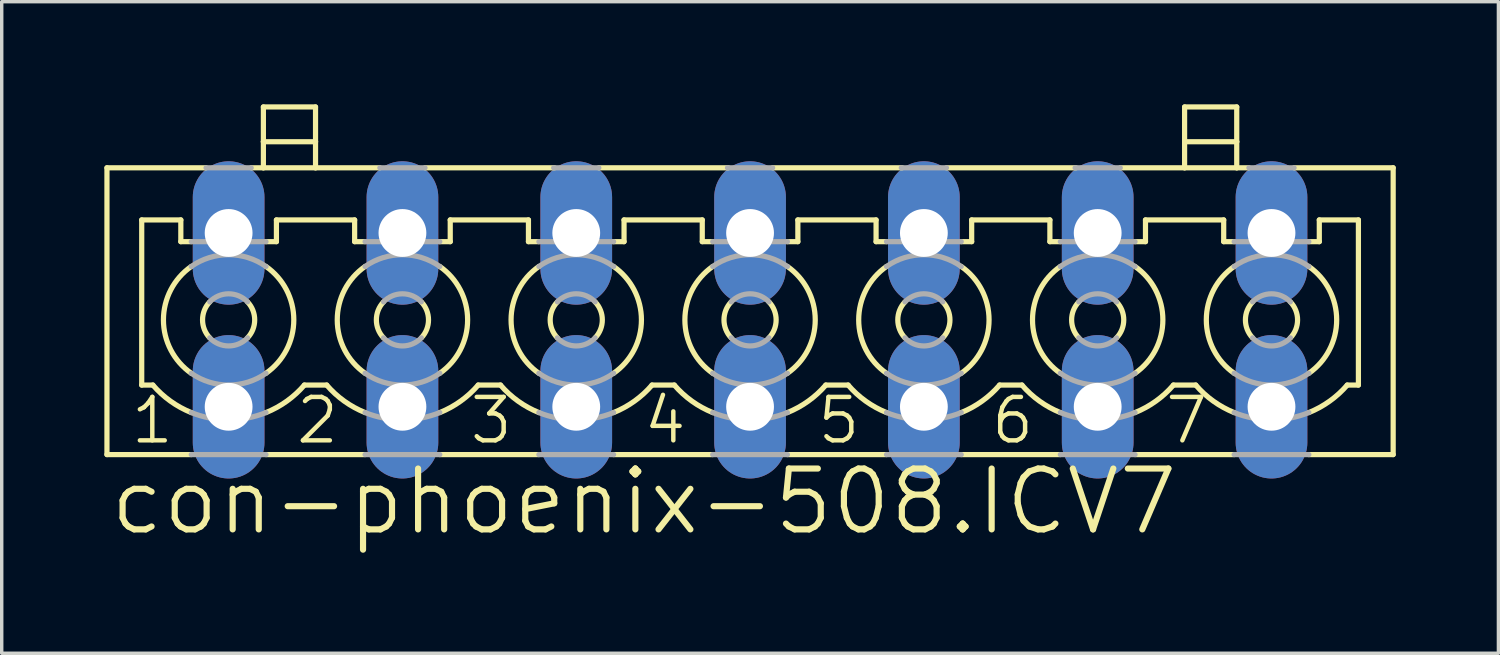
<source format=kicad_pcb>
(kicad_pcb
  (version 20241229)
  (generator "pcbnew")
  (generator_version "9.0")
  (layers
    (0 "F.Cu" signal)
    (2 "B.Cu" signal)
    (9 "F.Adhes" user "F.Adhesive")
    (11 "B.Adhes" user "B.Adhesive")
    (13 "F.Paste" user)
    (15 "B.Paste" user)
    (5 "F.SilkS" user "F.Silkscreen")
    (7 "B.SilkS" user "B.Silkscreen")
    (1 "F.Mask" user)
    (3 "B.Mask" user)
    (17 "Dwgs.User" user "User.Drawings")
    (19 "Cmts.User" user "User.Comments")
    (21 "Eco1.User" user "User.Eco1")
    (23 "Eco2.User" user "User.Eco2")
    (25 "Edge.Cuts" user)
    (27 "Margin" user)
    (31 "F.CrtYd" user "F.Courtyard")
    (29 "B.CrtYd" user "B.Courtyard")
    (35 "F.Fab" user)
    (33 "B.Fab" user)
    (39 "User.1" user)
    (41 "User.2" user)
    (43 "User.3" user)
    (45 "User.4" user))
  (footprint "con-phoenix-508.ICV7"
    (layer "F.Cu")
    (at 18.872 6.299)
    (property "Reference" "con-phoenix-508.ICV7" (at -18.796 6.35 0) (layer "F.SilkS") (effects (font (size 1.778 1.778) (thickness 0.18)) (justify left bottom)))
    (attr through_hole)
    (fp_line (start -18.796 -4.445) (end -18.796 3.937) (stroke (width 0.152) (type default)) (layer "F.SilkS"))
    (fp_line (start -18.796 -4.445) (end -15.9 -4.445) (stroke (width 0.152) (type default)) (layer "F.SilkS"))
    (fp_line (start -18.796 3.937) (end -16.332 3.937) (stroke (width 0.152) (type default)) (layer "F.SilkS"))
    (fp_line (start -17.78 -2.921) (end -17.78 1.905) (stroke (width 0.152) (type default)) (layer "F.SilkS"))
    (fp_line (start -17.78 -2.921) (end -16.637 -2.921) (stroke (width 0.152) (type default)) (layer "F.SilkS"))
    (fp_line (start -17.78 1.905) (end -17.454 1.905) (stroke (width 0.152) (type default)) (layer "F.SilkS"))
    (fp_line (start -16.637 -2.286) (end -16.637 -2.921) (stroke (width 0.152) (type default)) (layer "F.SilkS"))
    (fp_line (start -16.637 -2.286) (end -16.332 -2.286) (stroke (width 0.152) (type default)) (layer "F.SilkS"))
    (fp_line (start -14.58 -4.445) (end -14.224 -4.445) (stroke (width 0.152) (type default)) (layer "F.SilkS"))
    (fp_line (start -14.224 -5.207) (end -14.224 -6.223) (stroke (width 0.152) (type default)) (layer "F.SilkS"))
    (fp_line (start -14.224 -5.207) (end -12.7 -5.207) (stroke (width 0.152) (type default)) (layer "F.SilkS"))
    (fp_line (start -14.224 -4.445) (end -14.224 -5.207) (stroke (width 0.152) (type default)) (layer "F.SilkS"))
    (fp_line (start -14.224 -4.445) (end -12.7 -4.445) (stroke (width 0.152) (type default)) (layer "F.SilkS"))
    (fp_line (start -14.148 -2.286) (end -13.843 -2.286) (stroke (width 0.152) (type default)) (layer "F.SilkS"))
    (fp_line (start -14.148 3.937) (end -11.252 3.937) (stroke (width 0.152) (type default)) (layer "F.SilkS"))
    (fp_line (start -13.843 -2.921) (end -11.557 -2.921) (stroke (width 0.152) (type default)) (layer "F.SilkS"))
    (fp_line (start -13.843 -2.286) (end -13.843 -2.921) (stroke (width 0.152) (type default)) (layer "F.SilkS"))
    (fp_line (start -13.026 1.905) (end -12.374 1.905) (stroke (width 0.152) (type default)) (layer "F.SilkS"))
    (fp_line (start -12.7 -6.223) (end -14.224 -6.223) (stroke (width 0.152) (type default)) (layer "F.SilkS"))
    (fp_line (start -12.7 -5.207) (end -12.7 -6.223) (stroke (width 0.152) (type default)) (layer "F.SilkS"))
    (fp_line (start -12.7 -4.445) (end -12.7 -5.207) (stroke (width 0.152) (type default)) (layer "F.SilkS"))
    (fp_line (start -12.7 -4.445) (end -10.82 -4.445) (stroke (width 0.152) (type default)) (layer "F.SilkS"))
    (fp_line (start -11.557 -2.286) (end -11.557 -2.921) (stroke (width 0.152) (type default)) (layer "F.SilkS"))
    (fp_line (start -11.557 -2.286) (end -11.252 -2.286) (stroke (width 0.152) (type default)) (layer "F.SilkS"))
    (fp_line (start -9.5 -4.445) (end -5.715 -4.445) (stroke (width 0.152) (type default)) (layer "F.SilkS"))
    (fp_line (start -9.068 -2.286) (end -8.763 -2.286) (stroke (width 0.152) (type default)) (layer "F.SilkS"))
    (fp_line (start -9.068 3.937) (end -6.172 3.937) (stroke (width 0.152) (type default)) (layer "F.SilkS"))
    (fp_line (start -8.763 -2.921) (end -6.477 -2.921) (stroke (width 0.152) (type default)) (layer "F.SilkS"))
    (fp_line (start -8.763 -2.286) (end -8.763 -2.921) (stroke (width 0.152) (type default)) (layer "F.SilkS"))
    (fp_line (start -7.946 1.905) (end -7.294 1.905) (stroke (width 0.152) (type default)) (layer "F.SilkS"))
    (fp_line (start -6.477 -2.286) (end -6.477 -2.921) (stroke (width 0.152) (type default)) (layer "F.SilkS"))
    (fp_line (start -6.477 -2.286) (end -6.172 -2.286) (stroke (width 0.152) (type default)) (layer "F.SilkS"))
    (fp_line (start -4.42 -4.445) (end -0.635 -4.445) (stroke (width 0.152) (type default)) (layer "F.SilkS"))
    (fp_line (start -3.988 -2.286) (end -3.683 -2.286) (stroke (width 0.152) (type default)) (layer "F.SilkS"))
    (fp_line (start -3.988 3.937) (end -1.092 3.937) (stroke (width 0.152) (type default)) (layer "F.SilkS"))
    (fp_line (start -3.683 -2.921) (end -1.397 -2.921) (stroke (width 0.152) (type default)) (layer "F.SilkS"))
    (fp_line (start -3.683 -2.286) (end -3.683 -2.921) (stroke (width 0.152) (type default)) (layer "F.SilkS"))
    (fp_line (start -2.866 1.905) (end -2.214 1.905) (stroke (width 0.152) (type default)) (layer "F.SilkS"))
    (fp_line (start -1.397 -2.286) (end -1.397 -2.921) (stroke (width 0.152) (type default)) (layer "F.SilkS"))
    (fp_line (start -1.397 -2.286) (end -1.092 -2.286) (stroke (width 0.152) (type default)) (layer "F.SilkS"))
    (fp_line (start 0.66 -4.445) (end 4.445 -4.445) (stroke (width 0.152) (type default)) (layer "F.SilkS"))
    (fp_line (start 1.092 -2.286) (end 1.397 -2.286) (stroke (width 0.152) (type default)) (layer "F.SilkS"))
    (fp_line (start 1.092 3.937) (end 3.988 3.937) (stroke (width 0.152) (type default)) (layer "F.SilkS"))
    (fp_line (start 1.397 -2.921) (end 3.683 -2.921) (stroke (width 0.152) (type default)) (layer "F.SilkS"))
    (fp_line (start 1.397 -2.286) (end 1.397 -2.921) (stroke (width 0.152) (type default)) (layer "F.SilkS"))
    (fp_line (start 2.214 1.905) (end 2.866 1.905) (stroke (width 0.152) (type default)) (layer "F.SilkS"))
    (fp_line (start 3.683 -2.286) (end 3.683 -2.921) (stroke (width 0.152) (type default)) (layer "F.SilkS"))
    (fp_line (start 3.683 -2.286) (end 3.988 -2.286) (stroke (width 0.152) (type default)) (layer "F.SilkS"))
    (fp_line (start 5.74 -4.445) (end 9.525 -4.445) (stroke (width 0.152) (type default)) (layer "F.SilkS"))
    (fp_line (start 6.172 -2.286) (end 6.477 -2.286) (stroke (width 0.152) (type default)) (layer "F.SilkS"))
    (fp_line (start 6.172 3.937) (end 9.068 3.937) (stroke (width 0.152) (type default)) (layer "F.SilkS"))
    (fp_line (start 6.477 -2.921) (end 8.763 -2.921) (stroke (width 0.152) (type default)) (layer "F.SilkS"))
    (fp_line (start 6.477 -2.286) (end 6.477 -2.921) (stroke (width 0.152) (type default)) (layer "F.SilkS"))
    (fp_line (start 7.294 1.905) (end 7.946 1.905) (stroke (width 0.152) (type default)) (layer "F.SilkS"))
    (fp_line (start 8.763 -2.286) (end 8.763 -2.921) (stroke (width 0.152) (type default)) (layer "F.SilkS"))
    (fp_line (start 8.763 -2.286) (end 9.068 -2.286) (stroke (width 0.152) (type default)) (layer "F.SilkS"))
    (fp_line (start 10.82 -4.445) (end 12.7 -4.445) (stroke (width 0.152) (type default)) (layer "F.SilkS"))
    (fp_line (start 11.252 -2.286) (end 11.557 -2.286) (stroke (width 0.152) (type default)) (layer "F.SilkS"))
    (fp_line (start 11.252 3.937) (end 14.148 3.937) (stroke (width 0.152) (type default)) (layer "F.SilkS"))
    (fp_line (start 11.557 -2.921) (end 13.843 -2.921) (stroke (width 0.152) (type default)) (layer "F.SilkS"))
    (fp_line (start 11.557 -2.286) (end 11.557 -2.921) (stroke (width 0.152) (type default)) (layer "F.SilkS"))
    (fp_line (start 12.374 1.905) (end 13.026 1.905) (stroke (width 0.152) (type default)) (layer "F.SilkS"))
    (fp_line (start 12.7 -5.207) (end 12.7 -6.223) (stroke (width 0.152) (type default)) (layer "F.SilkS"))
    (fp_line (start 12.7 -5.207) (end 14.224 -5.207) (stroke (width 0.152) (type default)) (layer "F.SilkS"))
    (fp_line (start 12.7 -4.445) (end 12.7 -5.207) (stroke (width 0.152) (type default)) (layer "F.SilkS"))
    (fp_line (start 12.7 -4.445) (end 14.224 -4.445) (stroke (width 0.152) (type default)) (layer "F.SilkS"))
    (fp_line (start 13.843 -2.286) (end 13.843 -2.921) (stroke (width 0.152) (type default)) (layer "F.SilkS"))
    (fp_line (start 13.843 -2.286) (end 14.148 -2.286) (stroke (width 0.152) (type default)) (layer "F.SilkS"))
    (fp_line (start 14.224 -6.223) (end 12.7 -6.223) (stroke (width 0.152) (type default)) (layer "F.SilkS"))
    (fp_line (start 14.224 -5.207) (end 14.224 -6.223) (stroke (width 0.152) (type default)) (layer "F.SilkS"))
    (fp_line (start 14.224 -4.445) (end 14.224 -5.207) (stroke (width 0.152) (type default)) (layer "F.SilkS"))
    (fp_line (start 14.224 -4.445) (end 14.58 -4.445) (stroke (width 0.152) (type default)) (layer "F.SilkS"))
    (fp_line (start 15.9 -4.445) (end 18.796 -4.445) (stroke (width 0.152) (type default)) (layer "F.SilkS"))
    (fp_line (start 16.332 -2.286) (end 16.637 -2.286) (stroke (width 0.152) (type default)) (layer "F.SilkS"))
    (fp_line (start 16.332 3.937) (end 18.796 3.937) (stroke (width 0.152) (type default)) (layer "F.SilkS"))
    (fp_line (start 16.637 -2.921) (end 17.78 -2.921) (stroke (width 0.152) (type default)) (layer "F.SilkS"))
    (fp_line (start 16.637 -2.286) (end 16.637 -2.921) (stroke (width 0.152) (type default)) (layer "F.SilkS"))
    (fp_line (start 17.454 1.905) (end 17.78 1.905) (stroke (width 0.152) (type default)) (layer "F.SilkS"))
    (fp_line (start 17.78 1.905) (end 17.78 -2.921) (stroke (width 0.152) (type default)) (layer "F.SilkS"))
    (fp_line (start 18.796 -4.445) (end 18.796 3.937) (stroke (width 0.152) (type default)) (layer "F.SilkS"))
    (fp_arc (start -16.3322 1.5608) (mid -17.144993 0) (end -16.3322 -1.5608) (stroke (width 0.1524) (type default)) (layer "F.SilkS"))
    (fp_arc (start -16.3318 2.7092) (mid -16.941094 2.374351) (end -17.454 1.905) (stroke (width 0.1524) (type default)) (layer "F.SilkS"))
    (fp_arc (start -15.7914 0.526) (mid -16.002049 0) (end -15.7914 -0.526) (stroke (width 0.1524) (type default)) (layer "F.SilkS"))
    (fp_arc (start -14.6886 -0.526) (mid -14.477951 0) (end -14.6886 0.526) (stroke (width 0.1524) (type default)) (layer "F.SilkS"))
    (fp_arc (start -14.1478 -1.5608) (mid -13.335007 0) (end -14.1478 1.5608) (stroke (width 0.1524) (type default)) (layer "F.SilkS"))
    (fp_arc (start -13.0255 1.9051) (mid -13.538459 2.374412) (end -14.1478 2.7092) (stroke (width 0.1524) (type default)) (layer "F.SilkS"))
    (fp_arc (start -11.2522 1.5608) (mid -12.064993 0) (end -11.2522 -1.5608) (stroke (width 0.1524) (type default)) (layer "F.SilkS"))
    (fp_arc (start -11.2518 2.7092) (mid -11.861094 2.374351) (end -12.374 1.905) (stroke (width 0.1524) (type default)) (layer "F.SilkS"))
    (fp_arc (start -10.7114 0.526) (mid -10.922049 0) (end -10.7114 -0.526) (stroke (width 0.1524) (type default)) (layer "F.SilkS"))
    (fp_arc (start -9.6086 -0.526) (mid -9.397951 0) (end -9.6086 0.526) (stroke (width 0.1524) (type default)) (layer "F.SilkS"))
    (fp_arc (start -9.0678 -1.5608) (mid -8.255007 0) (end -9.0678 1.5608) (stroke (width 0.1524) (type default)) (layer "F.SilkS"))
    (fp_arc (start -7.9455 1.9051) (mid -8.458459 2.374412) (end -9.0678 2.7092) (stroke (width 0.1524) (type default)) (layer "F.SilkS"))
    (fp_arc (start -6.1722 1.5608) (mid -6.984993 0) (end -6.1722 -1.5608) (stroke (width 0.1524) (type default)) (layer "F.SilkS"))
    (fp_arc (start -6.1718 2.7092) (mid -6.781094 2.374351) (end -7.294 1.905) (stroke (width 0.1524) (type default)) (layer "F.SilkS"))
    (fp_arc (start -5.6314 0.526) (mid -5.842049 0) (end -5.6314 -0.526) (stroke (width 0.1524) (type default)) (layer "F.SilkS"))
    (fp_arc (start -4.5286 -0.526) (mid -4.317951 0) (end -4.5286 0.526) (stroke (width 0.1524) (type default)) (layer "F.SilkS"))
    (fp_arc (start -3.9878 -1.5608) (mid -3.175007 0) (end -3.9878 1.5608) (stroke (width 0.1524) (type default)) (layer "F.SilkS"))
    (fp_arc (start -2.8655 1.9051) (mid -3.378459 2.374412) (end -3.9878 2.7092) (stroke (width 0.1524) (type default)) (layer "F.SilkS"))
    (fp_arc (start -1.0922 1.5608) (mid -1.904993 0) (end -1.0922 -1.5608) (stroke (width 0.1524) (type default)) (layer "F.SilkS"))
    (fp_arc (start -1.0918 2.7092) (mid -1.701094 2.374351) (end -2.214 1.905) (stroke (width 0.1524) (type default)) (layer "F.SilkS"))
    (fp_arc (start -0.5514 0.526) (mid -0.762049 0) (end -0.5514 -0.526) (stroke (width 0.1524) (type default)) (layer "F.SilkS"))
    (fp_arc (start 0.5514 -0.526) (mid 0.762049 0) (end 0.5514 0.526) (stroke (width 0.1524) (type default)) (layer "F.SilkS"))
    (fp_arc (start 1.0922 -1.5608) (mid 1.904993 0) (end 1.0922 1.5608) (stroke (width 0.1524) (type default)) (layer "F.SilkS"))
    (fp_arc (start 2.214 1.905) (mid 1.701094 2.374351) (end 1.0918 2.7092) (stroke (width 0.1524) (type default)) (layer "F.SilkS"))
    (fp_arc (start 3.9878 1.5608) (mid 3.175007 0) (end 3.9878 -1.5608) (stroke (width 0.1524) (type default)) (layer "F.SilkS"))
    (fp_arc (start 3.9882 2.709) (mid 3.378916 2.374254) (end 2.866 1.905) (stroke (width 0.1524) (type default)) (layer "F.SilkS"))
    (fp_arc (start 4.5286 0.526) (mid 4.317951 0) (end 4.5286 -0.526) (stroke (width 0.1524) (type default)) (layer "F.SilkS"))
    (fp_arc (start 5.6314 -0.526) (mid 5.842049 0) (end 5.6314 0.526) (stroke (width 0.1524) (type default)) (layer "F.SilkS"))
    (fp_arc (start 6.1722 -1.5608) (mid 6.984993 0) (end 6.1722 1.5608) (stroke (width 0.1524) (type default)) (layer "F.SilkS"))
    (fp_arc (start 7.294 1.905) (mid 6.781094 2.374351) (end 6.1718 2.7092) (stroke (width 0.1524) (type default)) (layer "F.SilkS"))
    (fp_arc (start 9.0678 1.5608) (mid 8.255007 0) (end 9.0678 -1.5608) (stroke (width 0.1524) (type default)) (layer "F.SilkS"))
    (fp_arc (start 9.0682 2.709) (mid 8.458916 2.374254) (end 7.946 1.905) (stroke (width 0.1524) (type default)) (layer "F.SilkS"))
    (fp_arc (start 9.6086 0.526) (mid 9.397951 0) (end 9.6086 -0.526) (stroke (width 0.1524) (type default)) (layer "F.SilkS"))
    (fp_arc (start 10.7114 -0.526) (mid 10.922049 0) (end 10.7114 0.526) (stroke (width 0.1524) (type default)) (layer "F.SilkS"))
    (fp_arc (start 11.2522 -1.5608) (mid 12.064993 0) (end 11.2522 1.5608) (stroke (width 0.1524) (type default)) (layer "F.SilkS"))
    (fp_arc (start 12.374 1.905) (mid 11.861094 2.374351) (end 11.2518 2.7092) (stroke (width 0.1524) (type default)) (layer "F.SilkS"))
    (fp_arc (start 14.1478 1.5608) (mid 13.335007 0) (end 14.1478 -1.5608) (stroke (width 0.1524) (type default)) (layer "F.SilkS"))
    (fp_arc (start 14.1482 2.709) (mid 13.538916 2.374254) (end 13.026 1.905) (stroke (width 0.1524) (type default)) (layer "F.SilkS"))
    (fp_arc (start 14.6886 0.526) (mid 14.477951 0) (end 14.6886 -0.526) (stroke (width 0.1524) (type default)) (layer "F.SilkS"))
    (fp_arc (start 15.7914 -0.526) (mid 16.002049 0) (end 15.7914 0.526) (stroke (width 0.1524) (type default)) (layer "F.SilkS"))
    (fp_arc (start 16.3322 -1.5608) (mid 17.144993 0) (end 16.3322 1.5608) (stroke (width 0.1524) (type default)) (layer "F.SilkS"))
    (fp_arc (start 17.454 1.905) (mid 16.941094 2.374351) (end 16.3318 2.7092) (stroke (width 0.1524) (type default)) (layer "F.SilkS"))
    (fp_line (start -16.332 -2.286) (end -14.148 -2.286) (stroke (width 0.152) (type default)) (layer "F.Fab"))
    (fp_line (start -16.332 3.937) (end -14.148 3.937) (stroke (width 0.152) (type default)) (layer "F.Fab"))
    (fp_line (start -15.9 -4.445) (end -14.58 -4.445) (stroke (width 0.152) (type default)) (layer "F.Fab"))
    (fp_line (start -11.252 -2.286) (end -9.068 -2.286) (stroke (width 0.152) (type default)) (layer "F.Fab"))
    (fp_line (start -11.252 3.937) (end -9.068 3.937) (stroke (width 0.152) (type default)) (layer "F.Fab"))
    (fp_line (start -10.82 -4.445) (end -9.5 -4.445) (stroke (width 0.152) (type default)) (layer "F.Fab"))
    (fp_line (start -6.172 -2.286) (end -3.988 -2.286) (stroke (width 0.152) (type default)) (layer "F.Fab"))
    (fp_line (start -6.172 3.937) (end -3.988 3.937) (stroke (width 0.152) (type default)) (layer "F.Fab"))
    (fp_line (start -5.74 -4.445) (end -4.42 -4.445) (stroke (width 0.152) (type default)) (layer "F.Fab"))
    (fp_line (start -1.092 -2.286) (end 1.092 -2.286) (stroke (width 0.152) (type default)) (layer "F.Fab"))
    (fp_line (start -1.092 3.937) (end 1.092 3.937) (stroke (width 0.152) (type default)) (layer "F.Fab"))
    (fp_line (start -0.66 -4.445) (end 0.66 -4.445) (stroke (width 0.152) (type default)) (layer "F.Fab"))
    (fp_line (start 3.988 -2.286) (end 6.172 -2.286) (stroke (width 0.152) (type default)) (layer "F.Fab"))
    (fp_line (start 3.988 3.937) (end 6.172 3.937) (stroke (width 0.152) (type default)) (layer "F.Fab"))
    (fp_line (start 4.42 -4.445) (end 5.74 -4.445) (stroke (width 0.152) (type default)) (layer "F.Fab"))
    (fp_line (start 9.068 -2.286) (end 11.252 -2.286) (stroke (width 0.152) (type default)) (layer "F.Fab"))
    (fp_line (start 9.068 3.937) (end 11.252 3.937) (stroke (width 0.152) (type default)) (layer "F.Fab"))
    (fp_line (start 9.5 -4.445) (end 10.82 -4.445) (stroke (width 0.152) (type default)) (layer "F.Fab"))
    (fp_line (start 14.148 -2.286) (end 16.332 -2.286) (stroke (width 0.152) (type default)) (layer "F.Fab"))
    (fp_line (start 14.148 3.937) (end 16.332 3.937) (stroke (width 0.152) (type default)) (layer "F.Fab"))
    (fp_line (start 14.58 -4.445) (end 15.9 -4.445) (stroke (width 0.152) (type default)) (layer "F.Fab"))
    (fp_arc (start -16.3322 -1.5608) (mid -15.24 -1.904993) (end -14.1478 -1.5608) (stroke (width 0.1524) (type default)) (layer "F.Fab"))
    (fp_arc (start -15.7914 -0.526) (mid -15.24 -0.762049) (end -14.6886 -0.526) (stroke (width 0.1524) (type default)) (layer "F.Fab"))
    (fp_arc (start -14.6886 0.526) (mid -15.24 0.762049) (end -15.7914 0.526) (stroke (width 0.1524) (type default)) (layer "F.Fab"))
    (fp_arc (start -14.1478 1.5608) (mid -15.24 1.904993) (end -16.3322 1.5608) (stroke (width 0.1524) (type default)) (layer "F.Fab"))
    (fp_arc (start -14.1478 2.7092) (mid -15.24 2.921073) (end -16.3322 2.7092) (stroke (width 0.1524) (type default)) (layer "F.Fab"))
    (fp_arc (start -11.2522 -1.5608) (mid -10.16 -1.904993) (end -9.0678 -1.5608) (stroke (width 0.1524) (type default)) (layer "F.Fab"))
    (fp_arc (start -10.7114 -0.526) (mid -10.16 -0.762049) (end -9.6086 -0.526) (stroke (width 0.1524) (type default)) (layer "F.Fab"))
    (fp_arc (start -9.6086 0.526) (mid -10.16 0.762049) (end -10.7114 0.526) (stroke (width 0.1524) (type default)) (layer "F.Fab"))
    (fp_arc (start -9.0678 1.5608) (mid -10.16 1.904993) (end -11.2522 1.5608) (stroke (width 0.1524) (type default)) (layer "F.Fab"))
    (fp_arc (start -9.0678 2.7092) (mid -10.16 2.921073) (end -11.2522 2.7092) (stroke (width 0.1524) (type default)) (layer "F.Fab"))
    (fp_arc (start -6.1722 -1.5608) (mid -5.08 -1.904993) (end -3.9878 -1.5608) (stroke (width 0.1524) (type default)) (layer "F.Fab"))
    (fp_arc (start -5.6314 -0.526) (mid -5.08 -0.762049) (end -4.5286 -0.526) (stroke (width 0.1524) (type default)) (layer "F.Fab"))
    (fp_arc (start -4.5286 0.526) (mid -5.08 0.762049) (end -5.6314 0.526) (stroke (width 0.1524) (type default)) (layer "F.Fab"))
    (fp_arc (start -3.9878 1.5608) (mid -5.08 1.904993) (end -6.1722 1.5608) (stroke (width 0.1524) (type default)) (layer "F.Fab"))
    (fp_arc (start -3.9878 2.7092) (mid -5.08 2.921073) (end -6.1722 2.7092) (stroke (width 0.1524) (type default)) (layer "F.Fab"))
    (fp_arc (start -1.0922 -1.5608) (mid 0 -1.904993) (end 1.0922 -1.5608) (stroke (width 0.1524) (type default)) (layer "F.Fab"))
    (fp_arc (start -0.5514 -0.526) (mid 0 -0.762049) (end 0.5514 -0.526) (stroke (width 0.1524) (type default)) (layer "F.Fab"))
    (fp_arc (start 0.5514 0.526) (mid 0 0.762049) (end -0.5514 0.526) (stroke (width 0.1524) (type default)) (layer "F.Fab"))
    (fp_arc (start 1.0922 1.5608) (mid 0 1.904993) (end -1.0922 1.5608) (stroke (width 0.1524) (type default)) (layer "F.Fab"))
    (fp_arc (start 1.0922 2.7092) (mid 0 2.921073) (end -1.0922 2.7092) (stroke (width 0.1524) (type default)) (layer "F.Fab"))
    (fp_arc (start 3.9878 -1.5608) (mid 5.08 -1.904993) (end 6.1722 -1.5608) (stroke (width 0.1524) (type default)) (layer "F.Fab"))
    (fp_arc (start 4.5286 -0.526) (mid 5.08 -0.762049) (end 5.6314 -0.526) (stroke (width 0.1524) (type default)) (layer "F.Fab"))
    (fp_arc (start 5.6314 0.526) (mid 5.08 0.762049) (end 4.5286 0.526) (stroke (width 0.1524) (type default)) (layer "F.Fab"))
    (fp_arc (start 6.1722 1.5608) (mid 5.08 1.904993) (end 3.9878 1.5608) (stroke (width 0.1524) (type default)) (layer "F.Fab"))
    (fp_arc (start 6.1722 2.7092) (mid 5.08 2.921073) (end 3.9878 2.7092) (stroke (width 0.1524) (type default)) (layer "F.Fab"))
    (fp_arc (start 9.0678 -1.5608) (mid 10.16 -1.904993) (end 11.2522 -1.5608) (stroke (width 0.1524) (type default)) (layer "F.Fab"))
    (fp_arc (start 9.6086 -0.526) (mid 10.16 -0.762049) (end 10.7114 -0.526) (stroke (width 0.1524) (type default)) (layer "F.Fab"))
    (fp_arc (start 10.7114 0.526) (mid 10.16 0.762049) (end 9.6086 0.526) (stroke (width 0.1524) (type default)) (layer "F.Fab"))
    (fp_arc (start 11.2522 1.5608) (mid 10.16 1.904993) (end 9.0678 1.5608) (stroke (width 0.1524) (type default)) (layer "F.Fab"))
    (fp_arc (start 11.2522 2.7092) (mid 10.16 2.921073) (end 9.0678 2.7092) (stroke (width 0.1524) (type default)) (layer "F.Fab"))
    (fp_arc (start 14.1478 -1.5608) (mid 15.24 -1.904993) (end 16.3322 -1.5608) (stroke (width 0.1524) (type default)) (layer "F.Fab"))
    (fp_arc (start 14.6886 -0.526) (mid 15.24 -0.762049) (end 15.7914 -0.526) (stroke (width 0.1524) (type default)) (layer "F.Fab"))
    (fp_arc (start 15.7914 0.526) (mid 15.24 0.762049) (end 14.6886 0.526) (stroke (width 0.1524) (type default)) (layer "F.Fab"))
    (fp_arc (start 16.3322 1.5608) (mid 15.24 1.904993) (end 14.1478 1.5608) (stroke (width 0.1524) (type default)) (layer "F.Fab"))
    (fp_arc (start 16.3322 2.7092) (mid 15.24 2.921073) (end 14.1478 2.7092) (stroke (width 0.1524) (type default)) (layer "F.Fab"))
    (fp_text user "3" (at -8.255 3.683 0) (layer "F.SilkS") (effects (font (size 1.27 1.27) (thickness 0.13)) (justify left bottom)))
    (fp_text user "5" (at 1.905 3.683 0) (layer "F.SilkS") (effects (font (size 1.27 1.27) (thickness 0.13)) (justify left bottom)))
    (fp_text user "4" (at -3.175 3.683 0) (layer "F.SilkS") (effects (font (size 1.27 1.27) (thickness 0.13)) (justify left bottom)))
    (fp_text user "6" (at 6.985 3.683 0) (layer "F.SilkS") (effects (font (size 1.27 1.27) (thickness 0.13)) (justify left bottom)))
    (fp_text user "7" (at 12.065 3.683 0) (layer "F.SilkS") (effects (font (size 1.27 1.27) (thickness 0.13)) (justify left bottom)))
    (fp_text user "1" (at -18.161 3.683 0) (layer "F.SilkS") (effects (font (size 1.27 1.27) (thickness 0.13)) (justify left bottom)))
    (fp_text user "2" (at -13.335 3.683 0) (layer "F.SilkS") (effects (font (size 1.27 1.27) (thickness 0.13)) (justify left bottom)))
    (pad "1" thru_hole oval (at -15.24 -2.54 90) (size 4.191 2.095) (drill 1.397) (layers "*.Cu" "*.Mask"))
    (pad "1A" thru_hole oval (at -15.24 2.54 90) (size 4.191 2.095) (drill 1.397) (layers "*.Cu" "*.Mask"))
    (pad "2" thru_hole oval (at -10.16 -2.54 90) (size 4.191 2.095) (drill 1.397) (layers "*.Cu" "*.Mask"))
    (pad "2A" thru_hole oval (at -10.16 2.54 90) (size 4.191 2.095) (drill 1.397) (layers "*.Cu" "*.Mask"))
    (pad "3" thru_hole oval (at -5.08 -2.54 90) (size 4.191 2.095) (drill 1.397) (layers "*.Cu" "*.Mask"))
    (pad "3A" thru_hole oval (at -5.08 2.54 90) (size 4.191 2.095) (drill 1.397) (layers "*.Cu" "*.Mask"))
    (pad "4" thru_hole oval (at 0 -2.54 90) (size 4.191 2.095) (drill 1.397) (layers "*.Cu" "*.Mask"))
    (pad "4A" thru_hole oval (at 0 2.54 90) (size 4.191 2.095) (drill 1.397) (layers "*.Cu" "*.Mask"))
    (pad "5" thru_hole oval (at 5.08 -2.54 90) (size 4.191 2.095) (drill 1.397) (layers "*.Cu" "*.Mask"))
    (pad "5A" thru_hole oval (at 5.08 2.54 90) (size 4.191 2.095) (drill 1.397) (layers "*.Cu" "*.Mask"))
    (pad "6" thru_hole oval (at 10.16 -2.54 90) (size 4.191 2.095) (drill 1.397) (layers "*.Cu" "*.Mask"))
    (pad "6A" thru_hole oval (at 10.16 2.54 90) (size 4.191 2.095) (drill 1.397) (layers "*.Cu" "*.Mask"))
    (pad "7" thru_hole oval (at 15.24 -2.54 90) (size 4.191 2.095) (drill 1.397) (layers "*.Cu" "*.Mask"))
    (pad "7A" thru_hole oval (at 15.24 2.54 90) (size 4.191 2.095) (drill 1.397) (layers "*.Cu" "*.Mask")))
  (gr_rect
    (start -3 -3)
    (end 40.744 16.043)
    (stroke (width 0.1) (type default))
    (fill no)
    (layer "Edge.Cuts")))
</source>
